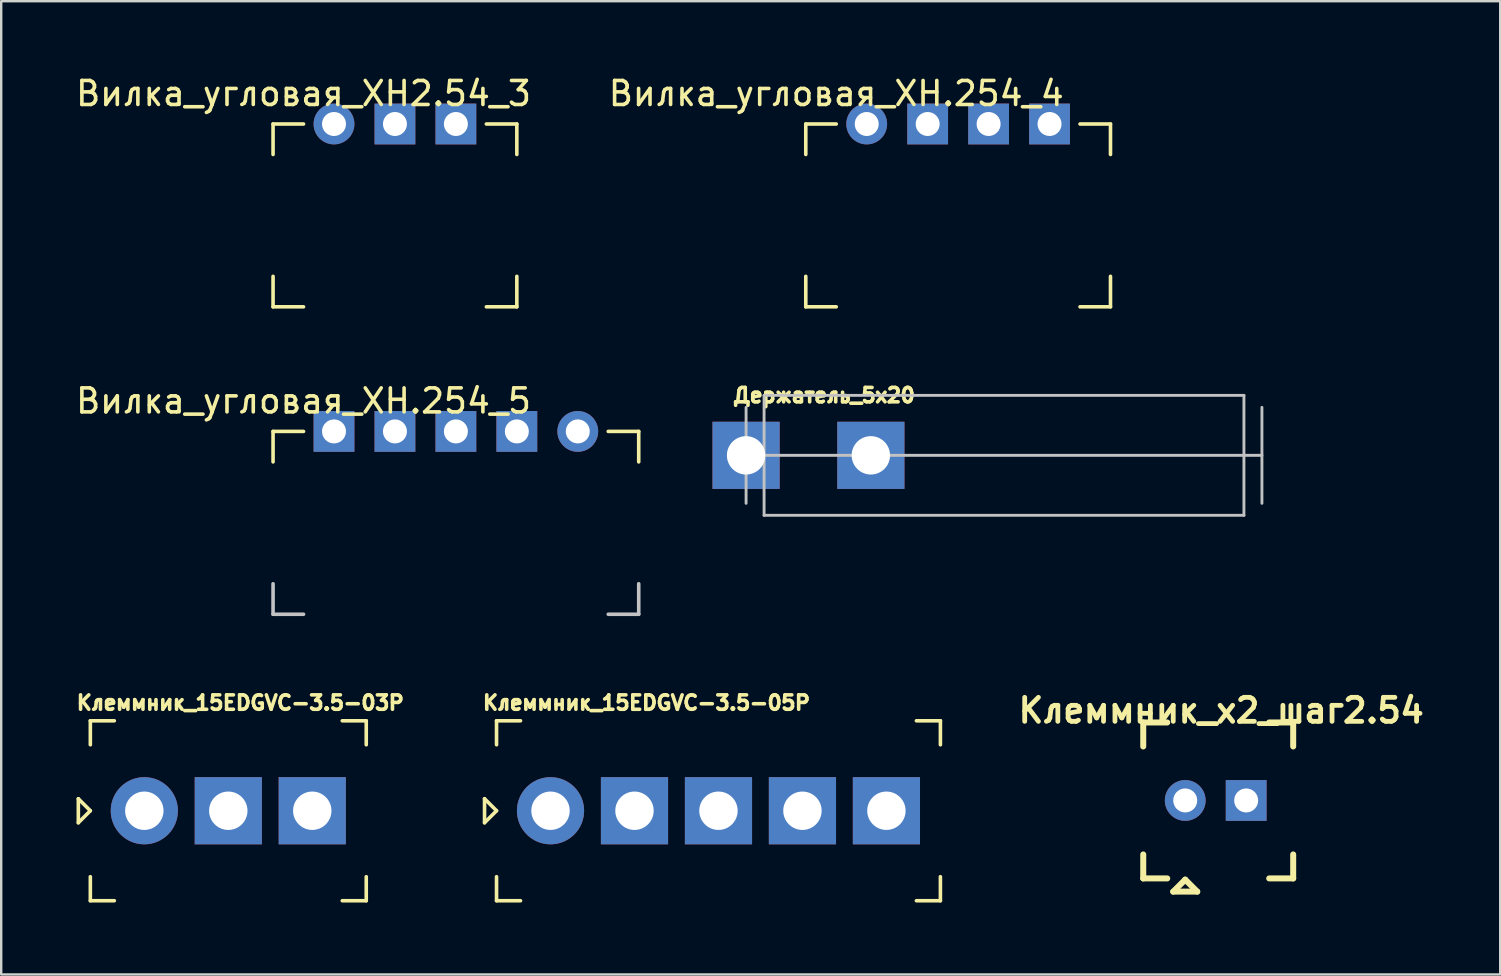
<source format=kicad_pcb>
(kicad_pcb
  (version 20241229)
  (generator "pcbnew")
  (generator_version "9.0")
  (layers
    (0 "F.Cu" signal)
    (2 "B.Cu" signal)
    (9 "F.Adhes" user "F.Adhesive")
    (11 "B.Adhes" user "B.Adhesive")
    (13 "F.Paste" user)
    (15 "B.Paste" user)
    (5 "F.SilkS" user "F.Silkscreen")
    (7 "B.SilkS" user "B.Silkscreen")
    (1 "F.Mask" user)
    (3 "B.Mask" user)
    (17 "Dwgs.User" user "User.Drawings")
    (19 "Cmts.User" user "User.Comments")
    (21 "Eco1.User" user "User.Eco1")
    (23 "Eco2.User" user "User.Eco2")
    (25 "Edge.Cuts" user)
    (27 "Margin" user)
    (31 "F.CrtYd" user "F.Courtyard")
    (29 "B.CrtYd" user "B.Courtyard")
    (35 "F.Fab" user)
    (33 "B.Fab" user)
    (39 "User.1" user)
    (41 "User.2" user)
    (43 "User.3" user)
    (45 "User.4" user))
  (footprint "Клеммник_х2_шаг2.54"
    (layer "F.Cu")
    (at 46.349 30.312)
    (property "Reference" "Клеммник_х2_шаг2.54" (at 1.5 -3.75 0) (layer "F.SilkS") (effects (font (size 1 1) (thickness 0.2))))
    (attr through_hole)
    (fp_line (start -1.75 -3.25) (end -1.75 -2.25) (stroke (width 0.25) (type solid)) (layer "F.SilkS"))
    (fp_line (start -1.75 -3.25) (end -0.75 -3.25) (stroke (width 0.25) (type solid)) (layer "F.SilkS"))
    (fp_line (start -1.75 3.25) (end -1.75 2.25) (stroke (width 0.25) (type solid)) (layer "F.SilkS"))
    (fp_line (start -1.75 3.25) (end -0.75 3.25) (stroke (width 0.25) (type solid)) (layer "F.SilkS"))
    (fp_line (start -0.5 3.8) (end 0.5 3.8) (stroke (width 0.25) (type solid)) (layer "F.SilkS"))
    (fp_line (start 0 3.3) (end -0.5 3.8) (stroke (width 0.25) (type solid)) (layer "F.SilkS"))
    (fp_line (start 0.5 3.8) (end 0 3.3) (stroke (width 0.25) (type solid)) (layer "F.SilkS"))
    (fp_line (start 4.5 -3.25) (end 3.5 -3.25) (stroke (width 0.25) (type solid)) (layer "F.SilkS"))
    (fp_line (start 4.5 -3.25) (end 4.5 -2.25) (stroke (width 0.25) (type solid)) (layer "F.SilkS"))
    (fp_line (start 4.5 3.25) (end 3.5 3.25) (stroke (width 0.25) (type solid)) (layer "F.SilkS"))
    (fp_line (start 4.5 3.25) (end 4.5 2.25) (stroke (width 0.25) (type solid)) (layer "F.SilkS"))
    (pad "1" thru_hole circle (at 0 0) (size 1.7 1.7) (drill 1) (layers "*.Cu" "*.Mask"))
    (pad "2" thru_hole rect (at 2.54 0) (size 1.7 1.7) (drill 1) (layers "*.Cu" "*.Mask")))
  (footprint "Вилка_угловая_XH.254_5"
    (layer "F.Cu")
    (at 10.871 14.931)
    (property "Reference" "Вилка_угловая_XH.254_5" (at -1.27 -1.27 0) (layer "F.SilkS") (effects (font (size 1 1) (thickness 0.15))))
    (attr through_hole)
    (fp_line (start -2.54 0) (end -2.54 1.27) (stroke (width 0.15) (type solid)) (layer "F.SilkS"))
    (fp_line (start -2.54 0) (end -1.27 0) (stroke (width 0.15) (type solid)) (layer "F.SilkS"))
    (fp_line (start 11.43 0) (end 12.7 0) (stroke (width 0.15) (type solid)) (layer "F.SilkS"))
    (fp_line (start 12.7 0) (end 12.7 1.27) (stroke (width 0.15) (type solid)) (layer "F.SilkS"))
    (fp_line (start -2.54 6.35) (end -2.54 7.62) (stroke (width 0.15) (type solid)) (layer "Dwgs.User"))
    (fp_line (start -1.27 7.62) (end -2.54 7.62) (stroke (width 0.15) (type solid)) (layer "Dwgs.User"))
    (fp_line (start 11.43 7.62) (end 12.7 7.62) (stroke (width 0.15) (type solid)) (layer "Dwgs.User"))
    (fp_line (start 12.7 7.62) (end 12.7 6.35) (stroke (width 0.15) (type solid)) (layer "Dwgs.User"))
    (pad "1" thru_hole circle (at 10.16 0) (size 1.7 1.7) (drill 1) (layers "*.Cu" "*.Mask"))
    (pad "2" thru_hole rect (at 7.62 0) (size 1.7 1.7) (drill 1) (layers "*.Cu" "*.Mask"))
    (pad "3" thru_hole rect (at 5.08 0) (size 1.7 1.7) (drill 1) (layers "*.Cu" "*.Mask"))
    (pad "4" thru_hole rect (at 2.54 0) (size 1.7 1.7) (drill 1) (layers "*.Cu" "*.Mask"))
    (pad "5" thru_hole rect (at 0 0) (size 1.7 1.7) (drill 1) (layers "*.Cu" "*.Mask")))
  (footprint "Клеммник_15EDGVC-3.5-05P"
    (layer "F.Cu")
    (at 19.895 30.741)
    (property "Reference" "Клеммник_15EDGVC-3.5-05P" (at 4 -4.5 0) (layer "F.SilkS") (effects (font (size 0.6 0.6) (thickness 0.15))))
    (attr through_hole)
    (fp_line (start -2.75 -0.5) (end -2.75 0.5) (stroke (width 0.15) (type solid)) (layer "F.SilkS"))
    (fp_line (start -2.75 0.5) (end -2.25 0) (stroke (width 0.15) (type solid)) (layer "F.SilkS"))
    (fp_line (start -2.25 -3.75) (end -2.25 -2.75) (stroke (width 0.15) (type solid)) (layer "F.SilkS"))
    (fp_line (start -2.25 0) (end -2.75 -0.5) (stroke (width 0.15) (type solid)) (layer "F.SilkS"))
    (fp_line (start -2.25 2.75) (end -2.25 3.75) (stroke (width 0.15) (type solid)) (layer "F.SilkS"))
    (fp_line (start -2.25 3.75) (end -1.25 3.75) (stroke (width 0.15) (type solid)) (layer "F.SilkS"))
    (fp_line (start -1.25 -3.75) (end -2.25 -3.75) (stroke (width 0.15) (type solid)) (layer "F.SilkS"))
    (fp_line (start 15.25 3.75) (end 16.25 3.75) (stroke (width 0.15) (type solid)) (layer "F.SilkS"))
    (fp_line (start 16.25 -3.75) (end 15.25 -3.75) (stroke (width 0.15) (type solid)) (layer "F.SilkS"))
    (fp_line (start 16.25 -2.75) (end 16.25 -3.75) (stroke (width 0.15) (type solid)) (layer "F.SilkS"))
    (fp_line (start 16.25 3.75) (end 16.25 2.75) (stroke (width 0.15) (type solid)) (layer "F.SilkS"))
    (pad "1" thru_hole circle (at 0 0) (size 2.8 2.8) (drill 1.6) (layers "*.Cu" "*.Mask"))
    (pad "2" thru_hole rect (at 3.5 0) (size 2.8 2.8) (drill 1.6) (layers "*.Cu" "*.Mask"))
    (pad "3" thru_hole rect (at 7 0) (size 2.8 2.8) (drill 1.6) (layers "*.Cu" "*.Mask"))
    (pad "4" thru_hole rect (at 10.5 0) (size 2.8 2.8) (drill 1.6) (layers "*.Cu" "*.Mask"))
    (pad "5" thru_hole rect (at 14 0) (size 2.8 2.8) (drill 1.6) (layers "*.Cu" "*.Mask")))
  (footprint "Держатель_5х20"
    (layer "F.Cu")
    (at 28.046 15.928)
    (property "Reference" "Держатель_5х20" (at 3.25 -2.5 0) (layer "F.SilkS") (effects (font (size 0.6 0.6) (thickness 0.15))))
    (attr through_hole)
    (fp_line (start 0 -2) (end 0 2) (stroke (width 0.12) (type solid)) (layer "Dwgs.User"))
    (fp_line (start 0 0) (end 21.5 0) (stroke (width 0.12) (type solid)) (layer "Dwgs.User"))
    (fp_line (start 0.75 -2.5) (end 0.75 2.5) (stroke (width 0.12) (type solid)) (layer "Dwgs.User"))
    (fp_line (start 0.75 2.5) (end 20.75 2.5) (stroke (width 0.12) (type solid)) (layer "Dwgs.User"))
    (fp_line (start 20.75 -2.5) (end 0.75 -2.5) (stroke (width 0.12) (type solid)) (layer "Dwgs.User"))
    (fp_line (start 20.75 2.5) (end 20.75 -2.5) (stroke (width 0.12) (type solid)) (layer "Dwgs.User"))
    (fp_line (start 21.5 -2) (end 21.5 2) (stroke (width 0.12) (type solid)) (layer "Dwgs.User"))
    (pad "1" thru_hole rect (at 0 0) (size 2.8 2.8) (drill 1.6) (layers "*.Cu" "*.Mask"))
    (pad "1" thru_hole rect (at 5.2 0) (size 2.8 2.8) (drill 1.6) (layers "*.Cu" "*.Mask")))
  (footprint "Вилка_угловая_XH.254_4"
    (layer "F.Cu")
    (at 33.074 2.118)
    (property "Reference" "Вилка_угловая_XH.254_4" (at -1.27 -1.27 0) (layer "F.SilkS") (effects (font (size 1 1) (thickness 0.15))))
    (attr through_hole)
    (fp_line (start -2.54 0) (end -2.54 1.27) (stroke (width 0.15) (type solid)) (layer "F.SilkS"))
    (fp_line (start -2.54 0) (end -1.27 0) (stroke (width 0.15) (type solid)) (layer "F.SilkS"))
    (fp_line (start -2.54 6.35) (end -2.54 7.62) (stroke (width 0.15) (type solid)) (layer "F.SilkS"))
    (fp_line (start -1.27 7.62) (end -2.54 7.62) (stroke (width 0.15) (type solid)) (layer "F.SilkS"))
    (fp_line (start 8.89 0) (end 10.16 0) (stroke (width 0.15) (type solid)) (layer "F.SilkS"))
    (fp_line (start 8.89 7.62) (end 10.16 7.62) (stroke (width 0.15) (type solid)) (layer "F.SilkS"))
    (fp_line (start 10.16 0) (end 10.16 1.27) (stroke (width 0.15) (type solid)) (layer "F.SilkS"))
    (fp_line (start 10.16 7.62) (end 10.16 6.35) (stroke (width 0.15) (type solid)) (layer "F.SilkS"))
    (pad "1" thru_hole circle (at 0 0) (size 1.7 1.7) (drill 1) (layers "*.Cu" "*.Mask"))
    (pad "2" thru_hole rect (at 2.54 0) (size 1.7 1.7) (drill 1) (layers "*.Cu" "*.Mask"))
    (pad "3" thru_hole rect (at 5.08 0) (size 1.7 1.7) (drill 1) (layers "*.Cu" "*.Mask"))
    (pad "4" thru_hole rect (at 7.62 0) (size 1.7 1.7) (drill 1) (layers "*.Cu" "*.Mask")))
  (footprint "Вилка_угловая_XH2.54_3"
    (layer "F.Cu")
    (at 10.871 2.118)
    (property "Reference" "Вилка_угловая_XH2.54_3" (at -1.27 -1.27 0) (layer "F.SilkS") (effects (font (size 1 1) (thickness 0.15))))
    (attr through_hole)
    (fp_line (start -2.54 0) (end -2.54 1.27) (stroke (width 0.15) (type solid)) (layer "F.SilkS"))
    (fp_line (start -2.54 0) (end -1.27 0) (stroke (width 0.15) (type solid)) (layer "F.SilkS"))
    (fp_line (start -2.54 6.35) (end -2.54 7.62) (stroke (width 0.15) (type solid)) (layer "F.SilkS"))
    (fp_line (start -1.27 7.62) (end -2.54 7.62) (stroke (width 0.15) (type solid)) (layer "F.SilkS"))
    (fp_line (start 6.35 0) (end 7.62 0) (stroke (width 0.15) (type solid)) (layer "F.SilkS"))
    (fp_line (start 6.35 7.62) (end 7.62 7.62) (stroke (width 0.15) (type solid)) (layer "F.SilkS"))
    (fp_line (start 7.62 0) (end 7.62 1.27) (stroke (width 0.15) (type solid)) (layer "F.SilkS"))
    (fp_line (start 7.62 7.62) (end 7.62 6.35) (stroke (width 0.15) (type solid)) (layer "F.SilkS"))
    (pad "1" thru_hole circle (at 0 0) (size 1.7 1.7) (drill 1) (layers "*.Cu" "*.Mask"))
    (pad "2" thru_hole rect (at 2.54 0) (size 1.7 1.7) (drill 1) (layers "*.Cu" "*.Mask"))
    (pad "3" thru_hole rect (at 5.08 0) (size 1.7 1.7) (drill 1) (layers "*.Cu" "*.Mask")))
  (footprint "Клеммник_15EDGVC-3.5-03P"
    (layer "F.Cu")
    (at 2.965 30.741)
    (property "Reference" "Клеммник_15EDGVC-3.5-03P" (at 4 -4.5 0) (layer "F.SilkS") (effects (font (size 0.6 0.6) (thickness 0.15))))
    (attr through_hole)
    (fp_line (start -2.75 -0.5) (end -2.75 0.5) (stroke (width 0.15) (type solid)) (layer "F.SilkS"))
    (fp_line (start -2.75 0.5) (end -2.25 0) (stroke (width 0.15) (type solid)) (layer "F.SilkS"))
    (fp_line (start -2.25 -3.75) (end -2.25 -2.75) (stroke (width 0.15) (type solid)) (layer "F.SilkS"))
    (fp_line (start -2.25 0) (end -2.75 -0.5) (stroke (width 0.15) (type solid)) (layer "F.SilkS"))
    (fp_line (start -2.25 2.75) (end -2.25 3.75) (stroke (width 0.15) (type solid)) (layer "F.SilkS"))
    (fp_line (start -2.25 3.75) (end -1.25 3.75) (stroke (width 0.15) (type solid)) (layer "F.SilkS"))
    (fp_line (start -1.25 -3.75) (end -2.25 -3.75) (stroke (width 0.15) (type solid)) (layer "F.SilkS"))
    (fp_line (start 8.25 3.75) (end 9.25 3.75) (stroke (width 0.15) (type solid)) (layer "F.SilkS"))
    (fp_line (start 9.25 -3.75) (end 8.25 -3.75) (stroke (width 0.15) (type solid)) (layer "F.SilkS"))
    (fp_line (start 9.25 -2.75) (end 9.25 -3.75) (stroke (width 0.15) (type solid)) (layer "F.SilkS"))
    (fp_line (start 9.25 3.75) (end 9.25 2.75) (stroke (width 0.15) (type solid)) (layer "F.SilkS"))
    (pad "1" thru_hole circle (at 0 0) (size 2.8 2.8) (drill 1.6) (layers "*.Cu" "*.Mask"))
    (pad "2" thru_hole rect (at 3.5 0) (size 2.8 2.8) (drill 1.6) (layers "*.Cu" "*.Mask"))
    (pad "3" thru_hole rect (at 7 0) (size 2.8 2.8) (drill 1.6) (layers "*.Cu" "*.Mask")))
  (gr_rect
    (start -3 -3)
    (end 59.477 37.566)
    (stroke (width 0.1) (type default))
    (fill no)
    (layer "Edge.Cuts")))
</source>
